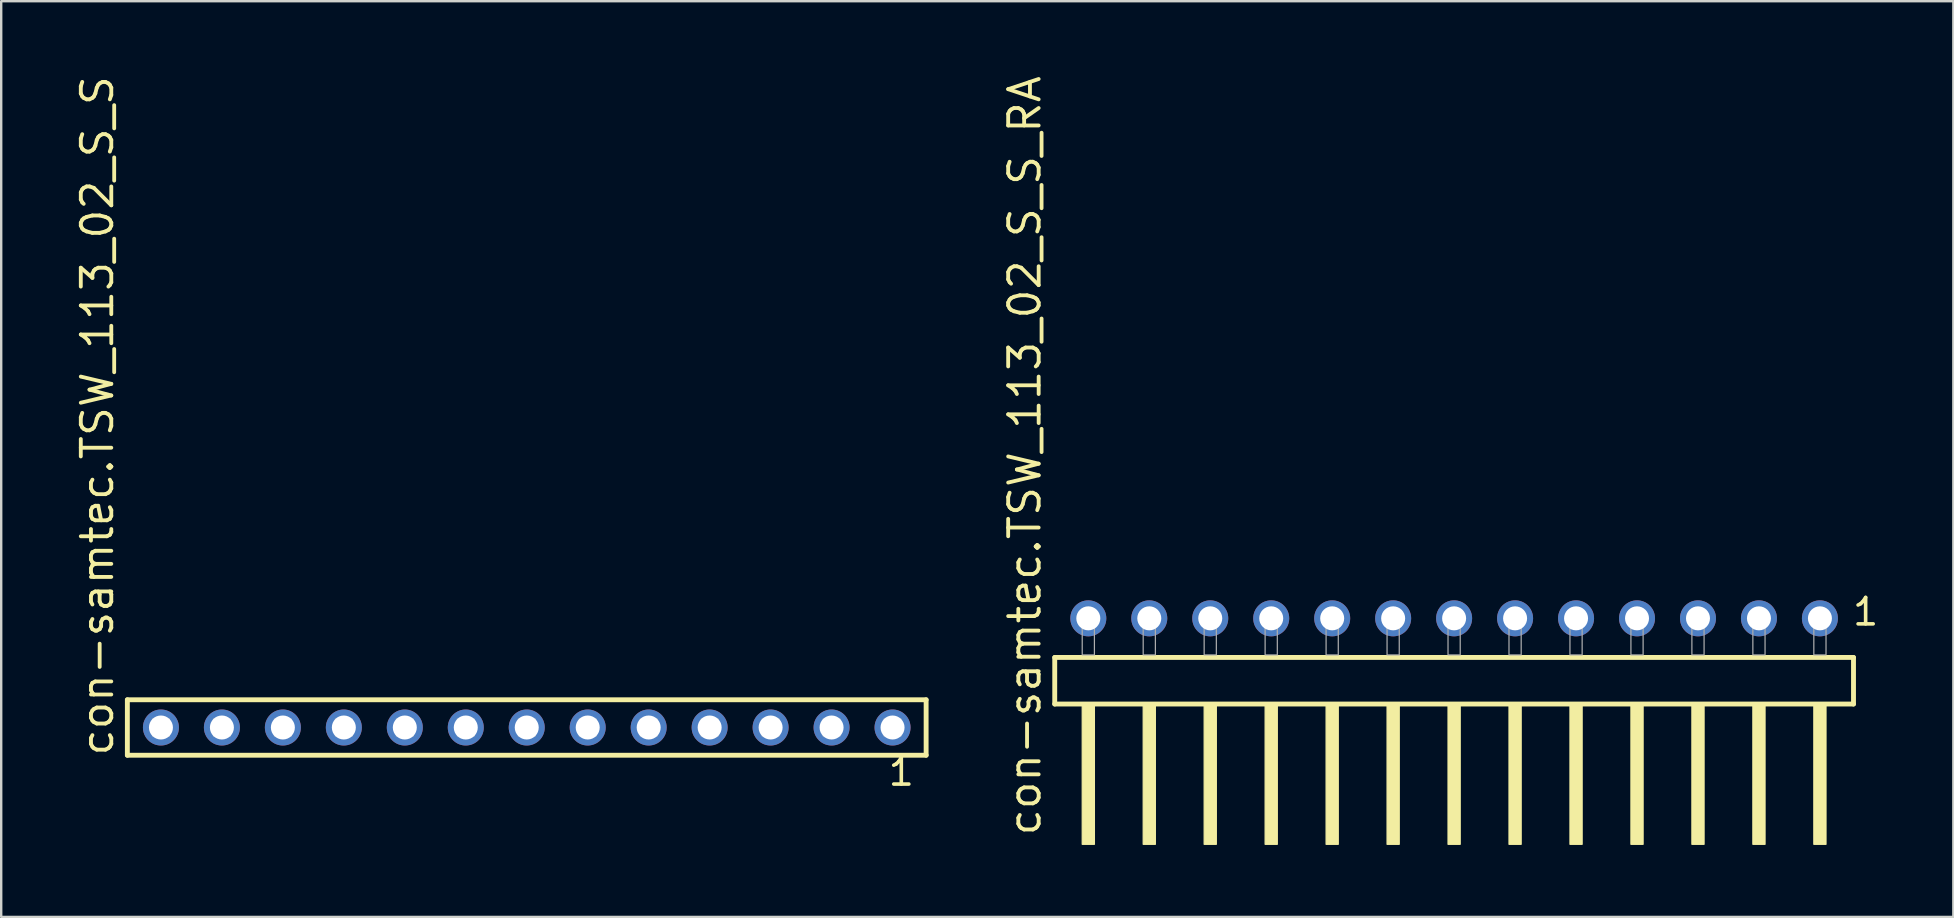
<source format=kicad_pcb>
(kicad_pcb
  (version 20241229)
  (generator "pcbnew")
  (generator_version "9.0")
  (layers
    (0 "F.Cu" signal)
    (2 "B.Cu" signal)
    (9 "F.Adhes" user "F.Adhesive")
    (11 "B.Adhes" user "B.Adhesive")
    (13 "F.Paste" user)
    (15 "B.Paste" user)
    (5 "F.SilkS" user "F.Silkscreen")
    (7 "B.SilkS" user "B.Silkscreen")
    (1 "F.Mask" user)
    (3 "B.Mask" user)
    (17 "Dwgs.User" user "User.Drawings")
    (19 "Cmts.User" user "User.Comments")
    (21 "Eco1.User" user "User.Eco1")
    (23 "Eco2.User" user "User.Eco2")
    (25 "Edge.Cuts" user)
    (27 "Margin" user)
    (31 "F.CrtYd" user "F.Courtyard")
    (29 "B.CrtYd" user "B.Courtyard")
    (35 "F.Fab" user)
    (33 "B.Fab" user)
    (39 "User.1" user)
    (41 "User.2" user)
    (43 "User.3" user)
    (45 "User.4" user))
  (footprint "con-samtec.TSW_113_02_S_S_RA"
    (layer "F.Cu")
    (at 57.531 24.235)
    (property "Reference" "con-samtec.TSW_113_02_S_S_RA" (at -17.145 7.62 90) (layer "F.SilkS") (effects (font (size 1.27 1.27) (thickness 0.16)) (justify left bottom)))
    (attr through_hole)
    (fp_line (start -16.639 0.106) (end -16.639 2.046) (stroke (width 0.203) (type default)) (layer "F.SilkS"))
    (fp_line (start -16.639 2.046) (end 16.639 2.046) (stroke (width 0.203) (type default)) (layer "F.SilkS"))
    (fp_line (start 16.639 0.106) (end -16.639 0.106) (stroke (width 0.203) (type default)) (layer "F.SilkS"))
    (fp_line (start 16.639 2.046) (end 16.639 0.106) (stroke (width 0.203) (type default)) (layer "F.SilkS"))
    (fp_rect (start -15.494 7.89) (end -14.986 2.04) (stroke (width 0.05) (type default)) (fill yes) (layer "F.SilkS"))
    (fp_rect (start -12.954 7.89) (end -12.446 2.04) (stroke (width 0.05) (type default)) (fill yes) (layer "F.SilkS"))
    (fp_rect (start -10.414 7.89) (end -9.906 2.04) (stroke (width 0.05) (type default)) (fill yes) (layer "F.SilkS"))
    (fp_rect (start -7.874 7.89) (end -7.366 2.04) (stroke (width 0.05) (type default)) (fill yes) (layer "F.SilkS"))
    (fp_rect (start -5.334 7.89) (end -4.826 2.04) (stroke (width 0.05) (type default)) (fill yes) (layer "F.SilkS"))
    (fp_rect (start -2.794 7.89) (end -2.286 2.04) (stroke (width 0.05) (type default)) (fill yes) (layer "F.SilkS"))
    (fp_rect (start -0.254 7.89) (end 0.254 2.04) (stroke (width 0.05) (type default)) (fill yes) (layer "F.SilkS"))
    (fp_rect (start 2.286 7.89) (end 2.794 2.04) (stroke (width 0.05) (type default)) (fill yes) (layer "F.SilkS"))
    (fp_rect (start 4.826 7.89) (end 5.334 2.04) (stroke (width 0.05) (type default)) (fill yes) (layer "F.SilkS"))
    (fp_rect (start 7.366 7.89) (end 7.874 2.04) (stroke (width 0.05) (type default)) (fill yes) (layer "F.SilkS"))
    (fp_rect (start 9.906 7.89) (end 10.414 2.04) (stroke (width 0.05) (type default)) (fill yes) (layer "F.SilkS"))
    (fp_rect (start 12.446 7.89) (end 12.954 2.04) (stroke (width 0.05) (type default)) (fill yes) (layer "F.SilkS"))
    (fp_rect (start 14.986 7.89) (end 15.494 2.04) (stroke (width 0.05) (type default)) (fill yes) (layer "F.SilkS"))
    (fp_rect (start -15.494 0) (end -14.986 -1.778) (stroke (width 0.05) (type default)) (fill no) (layer "F.Fab"))
    (fp_rect (start -12.954 0) (end -12.446 -1.778) (stroke (width 0.05) (type default)) (fill no) (layer "F.Fab"))
    (fp_rect (start -10.414 0) (end -9.906 -1.778) (stroke (width 0.05) (type default)) (fill no) (layer "F.Fab"))
    (fp_rect (start -7.874 0) (end -7.366 -1.778) (stroke (width 0.05) (type default)) (fill no) (layer "F.Fab"))
    (fp_rect (start -5.334 0) (end -4.826 -1.778) (stroke (width 0.05) (type default)) (fill no) (layer "F.Fab"))
    (fp_rect (start -2.794 0) (end -2.286 -1.778) (stroke (width 0.05) (type default)) (fill no) (layer "F.Fab"))
    (fp_rect (start -0.254 0) (end 0.254 -1.778) (stroke (width 0.05) (type default)) (fill no) (layer "F.Fab"))
    (fp_rect (start 2.286 0) (end 2.794 -1.778) (stroke (width 0.05) (type default)) (fill no) (layer "F.Fab"))
    (fp_rect (start 4.826 0) (end 5.334 -1.778) (stroke (width 0.05) (type default)) (fill no) (layer "F.Fab"))
    (fp_rect (start 7.366 0) (end 7.874 -1.778) (stroke (width 0.05) (type default)) (fill no) (layer "F.Fab"))
    (fp_rect (start 9.906 0) (end 10.414 -1.778) (stroke (width 0.05) (type default)) (fill no) (layer "F.Fab"))
    (fp_rect (start 12.446 0) (end 12.954 -1.778) (stroke (width 0.05) (type default)) (fill no) (layer "F.Fab"))
    (fp_rect (start 14.986 0) (end 15.494 -1.778) (stroke (width 0.05) (type default)) (fill no) (layer "F.Fab"))
    (fp_text user "1" (at 16.522 -1.152 0) (layer "F.SilkS") (effects (font (size 1.1 1.1) (thickness 0.15)) (justify left bottom)))
    (pad "1" thru_hole circle (at 15.24 -1.524 180) (size 1.5 1.5) (drill 1) (layers "*.Cu" "*.Mask"))
    (pad "2" thru_hole circle (at 12.7 -1.524 180) (size 1.5 1.5) (drill 1) (layers "*.Cu" "*.Mask"))
    (pad "3" thru_hole circle (at 10.16 -1.524 180) (size 1.5 1.5) (drill 1) (layers "*.Cu" "*.Mask"))
    (pad "4" thru_hole circle (at 7.62 -1.524 180) (size 1.5 1.5) (drill 1) (layers "*.Cu" "*.Mask"))
    (pad "5" thru_hole circle (at 5.08 -1.524 180) (size 1.5 1.5) (drill 1) (layers "*.Cu" "*.Mask"))
    (pad "6" thru_hole circle (at 2.54 -1.524 180) (size 1.5 1.5) (drill 1) (layers "*.Cu" "*.Mask"))
    (pad "7" thru_hole circle (at 0 -1.524 180) (size 1.5 1.5) (drill 1) (layers "*.Cu" "*.Mask"))
    (pad "8" thru_hole circle (at -2.54 -1.524 180) (size 1.5 1.5) (drill 1) (layers "*.Cu" "*.Mask"))
    (pad "9" thru_hole circle (at -5.08 -1.524 180) (size 1.5 1.5) (drill 1) (layers "*.Cu" "*.Mask"))
    (pad "10" thru_hole circle (at -7.62 -1.524 180) (size 1.5 1.5) (drill 1) (layers "*.Cu" "*.Mask"))
    (pad "11" thru_hole circle (at -10.16 -1.524 180) (size 1.5 1.5) (drill 1) (layers "*.Cu" "*.Mask"))
    (pad "12" thru_hole circle (at -12.7 -1.524 180) (size 1.5 1.5) (drill 1) (layers "*.Cu" "*.Mask"))
    (pad "13" thru_hole circle (at -15.24 -1.524 180) (size 1.5 1.5) (drill 1) (layers "*.Cu" "*.Mask")))
  (footprint "con-samtec.TSW_113_02_S_S"
    (layer "F.Cu")
    (at 18.895 27.259)
    (property "Reference" "con-samtec.TSW_113_02_S_S" (at -17.145 1.27 90) (layer "F.SilkS") (effects (font (size 1.27 1.27) (thickness 0.16)) (justify left bottom)))
    (attr through_hole)
    (fp_line (start -16.639 -1.155) (end 16.639 -1.155) (stroke (width 0.203) (type default)) (layer "F.SilkS"))
    (fp_line (start -16.639 1.155) (end -16.639 -1.155) (stroke (width 0.203) (type default)) (layer "F.SilkS"))
    (fp_line (start 16.639 -1.155) (end 16.639 1.155) (stroke (width 0.203) (type default)) (layer "F.SilkS"))
    (fp_line (start 16.639 1.155) (end -16.639 1.155) (stroke (width 0.203) (type default)) (layer "F.SilkS"))
    (fp_rect (start -15.59 0.35) (end -14.89 -0.35) (stroke (width 0.05) (type default)) (fill no) (layer "F.Fab"))
    (fp_rect (start -13.05 0.35) (end -12.35 -0.35) (stroke (width 0.05) (type default)) (fill no) (layer "F.Fab"))
    (fp_rect (start -10.51 0.35) (end -9.81 -0.35) (stroke (width 0.05) (type default)) (fill no) (layer "F.Fab"))
    (fp_rect (start -7.97 0.35) (end -7.27 -0.35) (stroke (width 0.05) (type default)) (fill no) (layer "F.Fab"))
    (fp_rect (start -5.43 0.35) (end -4.73 -0.35) (stroke (width 0.05) (type default)) (fill no) (layer "F.Fab"))
    (fp_rect (start -2.89 0.35) (end -2.19 -0.35) (stroke (width 0.05) (type default)) (fill no) (layer "F.Fab"))
    (fp_rect (start -0.35 0.35) (end 0.35 -0.35) (stroke (width 0.05) (type default)) (fill no) (layer "F.Fab"))
    (fp_rect (start 2.19 0.35) (end 2.89 -0.35) (stroke (width 0.05) (type default)) (fill no) (layer "F.Fab"))
    (fp_rect (start 4.73 0.35) (end 5.43 -0.35) (stroke (width 0.05) (type default)) (fill no) (layer "F.Fab"))
    (fp_rect (start 7.27 0.35) (end 7.97 -0.35) (stroke (width 0.05) (type default)) (fill no) (layer "F.Fab"))
    (fp_rect (start 9.81 0.35) (end 10.51 -0.35) (stroke (width 0.05) (type default)) (fill no) (layer "F.Fab"))
    (fp_rect (start 12.35 0.35) (end 13.05 -0.35) (stroke (width 0.05) (type default)) (fill no) (layer "F.Fab"))
    (fp_rect (start 14.89 0.35) (end 15.59 -0.35) (stroke (width 0.05) (type default)) (fill no) (layer "F.Fab"))
    (fp_text user "1" (at 14.982 2.498 0) (layer "F.SilkS") (effects (font (size 1.1 1.1) (thickness 0.15)) (justify left bottom)))
    (pad "1" thru_hole circle (at 15.24 0 180) (size 1.5 1.5) (drill 1) (layers "*.Cu" "*.Mask"))
    (pad "2" thru_hole circle (at 12.7 0 180) (size 1.5 1.5) (drill 1) (layers "*.Cu" "*.Mask"))
    (pad "3" thru_hole circle (at 10.16 0 180) (size 1.5 1.5) (drill 1) (layers "*.Cu" "*.Mask"))
    (pad "4" thru_hole circle (at 7.62 0 180) (size 1.5 1.5) (drill 1) (layers "*.Cu" "*.Mask"))
    (pad "5" thru_hole circle (at 5.08 0 180) (size 1.5 1.5) (drill 1) (layers "*.Cu" "*.Mask"))
    (pad "6" thru_hole circle (at 2.54 0 180) (size 1.5 1.5) (drill 1) (layers "*.Cu" "*.Mask"))
    (pad "7" thru_hole circle (at 0 0 180) (size 1.5 1.5) (drill 1) (layers "*.Cu" "*.Mask"))
    (pad "8" thru_hole circle (at -2.54 0 180) (size 1.5 1.5) (drill 1) (layers "*.Cu" "*.Mask"))
    (pad "9" thru_hole circle (at -5.08 0 180) (size 1.5 1.5) (drill 1) (layers "*.Cu" "*.Mask"))
    (pad "10" thru_hole circle (at -7.62 0 180) (size 1.5 1.5) (drill 1) (layers "*.Cu" "*.Mask"))
    (pad "11" thru_hole circle (at -10.16 0 180) (size 1.5 1.5) (drill 1) (layers "*.Cu" "*.Mask"))
    (pad "12" thru_hole circle (at -12.7 0 180) (size 1.5 1.5) (drill 1) (layers "*.Cu" "*.Mask"))
    (pad "13" thru_hole circle (at -15.24 0 180) (size 1.5 1.5) (drill 1) (layers "*.Cu" "*.Mask")))
  (gr_rect
    (start -3 -3)
    (end 78.33 35.15)
    (stroke (width 0.1) (type default))
    (fill no)
    (layer "Edge.Cuts")))
</source>
